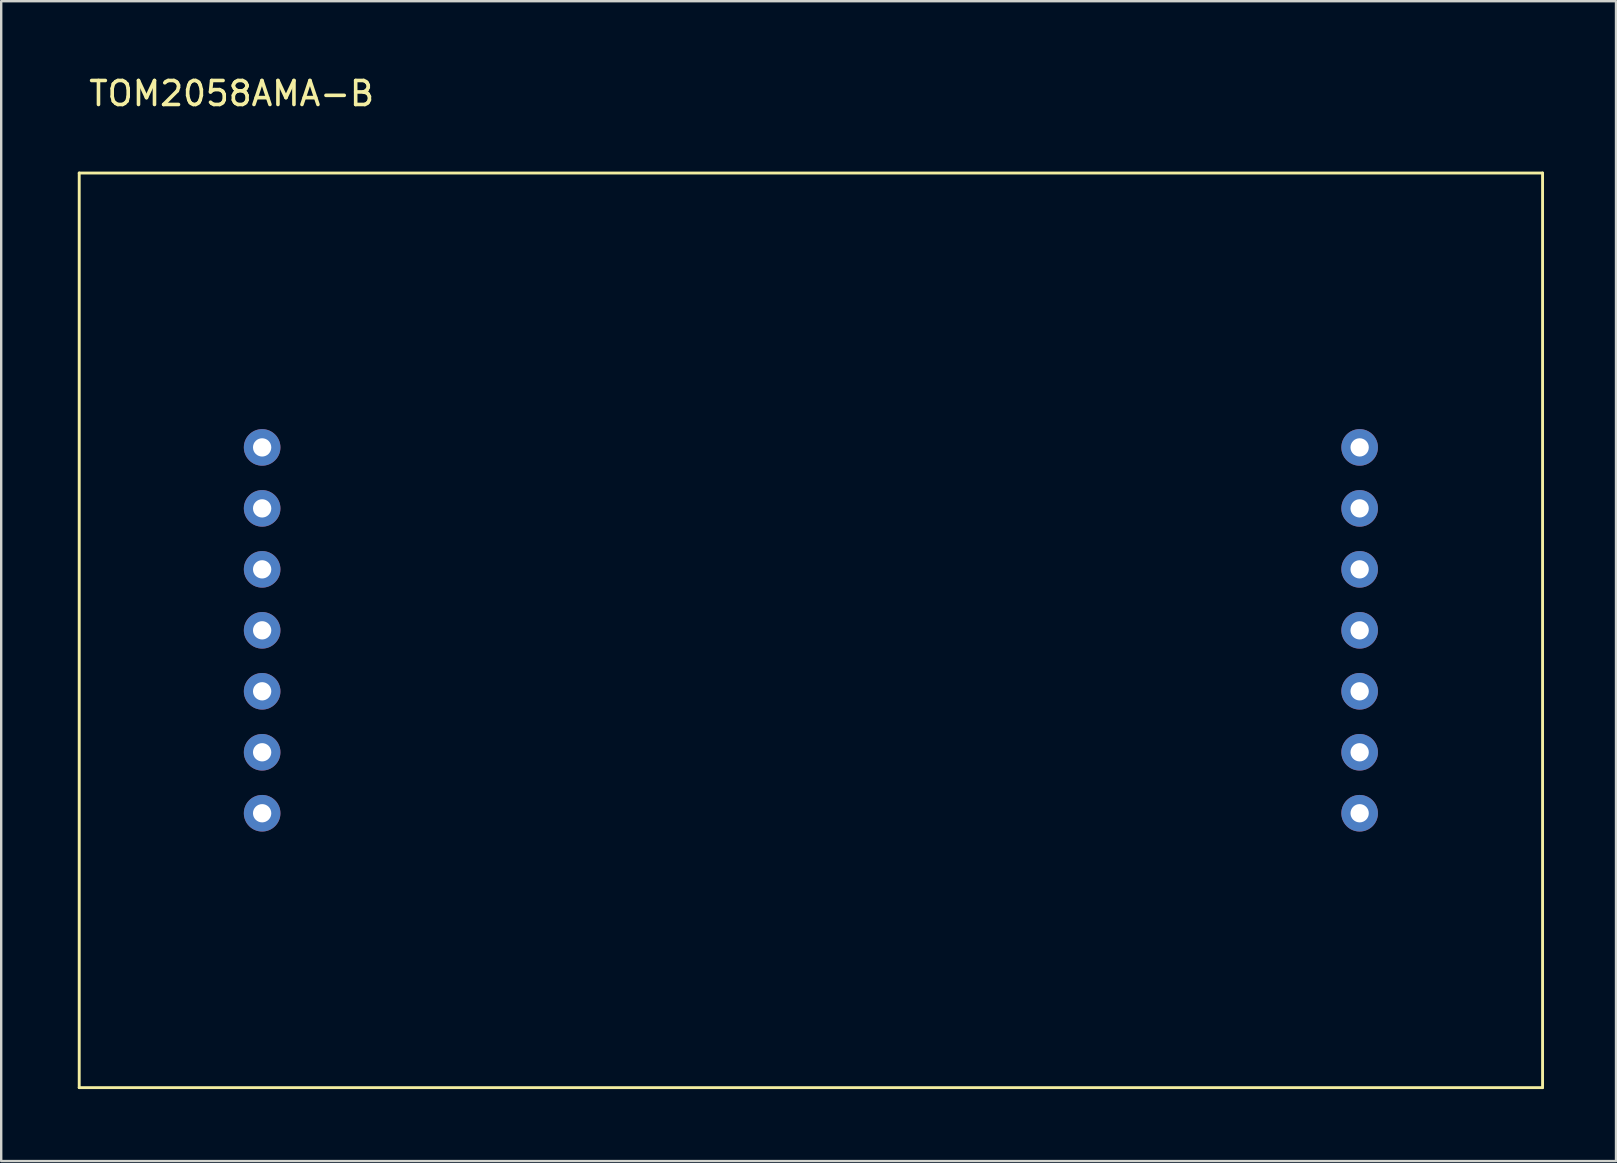
<source format=kicad_pcb>
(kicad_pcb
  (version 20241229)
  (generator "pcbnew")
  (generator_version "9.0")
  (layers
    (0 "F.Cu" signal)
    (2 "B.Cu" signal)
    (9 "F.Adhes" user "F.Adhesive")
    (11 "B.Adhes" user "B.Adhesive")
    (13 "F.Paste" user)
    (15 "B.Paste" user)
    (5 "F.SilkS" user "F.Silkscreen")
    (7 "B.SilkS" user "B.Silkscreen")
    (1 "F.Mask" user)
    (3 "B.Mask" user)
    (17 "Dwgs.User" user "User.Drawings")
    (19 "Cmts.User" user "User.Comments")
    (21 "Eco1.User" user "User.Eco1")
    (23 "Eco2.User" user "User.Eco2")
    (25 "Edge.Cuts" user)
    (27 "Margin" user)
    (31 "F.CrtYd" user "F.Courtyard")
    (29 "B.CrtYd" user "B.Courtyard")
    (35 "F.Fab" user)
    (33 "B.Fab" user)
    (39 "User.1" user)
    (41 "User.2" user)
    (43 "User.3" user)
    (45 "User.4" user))
  (footprint "TOM2058AMA-B"
    (layer "F.Cu")
    (at 0.25 4.158)
    (property "Reference" "TOM2058AMA-B" (at 6.35 -3.31 0) (layer "F.SilkS") (effects (font (size 1 1) (thickness 0.15))))
    (attr through_hole)
    (fp_line (start 0 0) (end 60.96 0) (stroke (width 0.12) (type solid)) (layer "F.SilkS"))
    (fp_line (start 0 38.1) (end 0 0) (stroke (width 0.12) (type solid)) (layer "F.SilkS"))
    (fp_line (start 60.96 0) (end 60.96 38.1) (stroke (width 0.12) (type solid)) (layer "F.SilkS"))
    (fp_line (start 60.96 38.1) (end 0 38.1) (stroke (width 0.12) (type solid)) (layer "F.SilkS"))
    (pad "1" thru_hole circle (at 7.62 11.43) (size 1.524 1.524) (drill 0.762) (layers "*.Cu" "*.Mask"))
    (pad "2" thru_hole circle (at 7.62 13.97) (size 1.524 1.524) (drill 0.762) (layers "*.Cu" "*.Mask"))
    (pad "3" thru_hole circle (at 7.62 16.51) (size 1.524 1.524) (drill 0.762) (layers "*.Cu" "*.Mask"))
    (pad "4" thru_hole circle (at 7.62 19.05) (size 1.524 1.524) (drill 0.762) (layers "*.Cu" "*.Mask"))
    (pad "5" thru_hole circle (at 7.62 21.59) (size 1.524 1.524) (drill 0.762) (layers "*.Cu" "*.Mask"))
    (pad "6" thru_hole circle (at 7.62 24.13) (size 1.524 1.524) (drill 0.762) (layers "*.Cu" "*.Mask"))
    (pad "7" thru_hole circle (at 7.62 26.67) (size 1.524 1.524) (drill 0.762) (layers "*.Cu" "*.Mask"))
    (pad "8" thru_hole circle (at 53.34 26.67) (size 1.524 1.524) (drill 0.762) (layers "*.Cu" "*.Mask"))
    (pad "9" thru_hole circle (at 53.34 24.13) (size 1.524 1.524) (drill 0.762) (layers "*.Cu" "*.Mask"))
    (pad "10" thru_hole circle (at 53.34 21.59) (size 1.524 1.524) (drill 0.762) (layers "*.Cu" "*.Mask"))
    (pad "11" thru_hole circle (at 53.34 19.05) (size 1.524 1.524) (drill 0.762) (layers "*.Cu" "*.Mask"))
    (pad "12" thru_hole circle (at 53.34 16.51) (size 1.524 1.524) (drill 0.762) (layers "*.Cu" "*.Mask"))
    (pad "13" thru_hole circle (at 53.34 13.97) (size 1.524 1.524) (drill 0.762) (layers "*.Cu" "*.Mask"))
    (pad "14" thru_hole circle (at 53.34 11.43) (size 1.524 1.524) (drill 0.762) (layers "*.Cu" "*.Mask")))
  (gr_rect
    (start -3 -3)
    (end 64.27 45.318)
    (stroke (width 0.1) (type default))
    (fill no)
    (layer "Edge.Cuts")))
</source>
